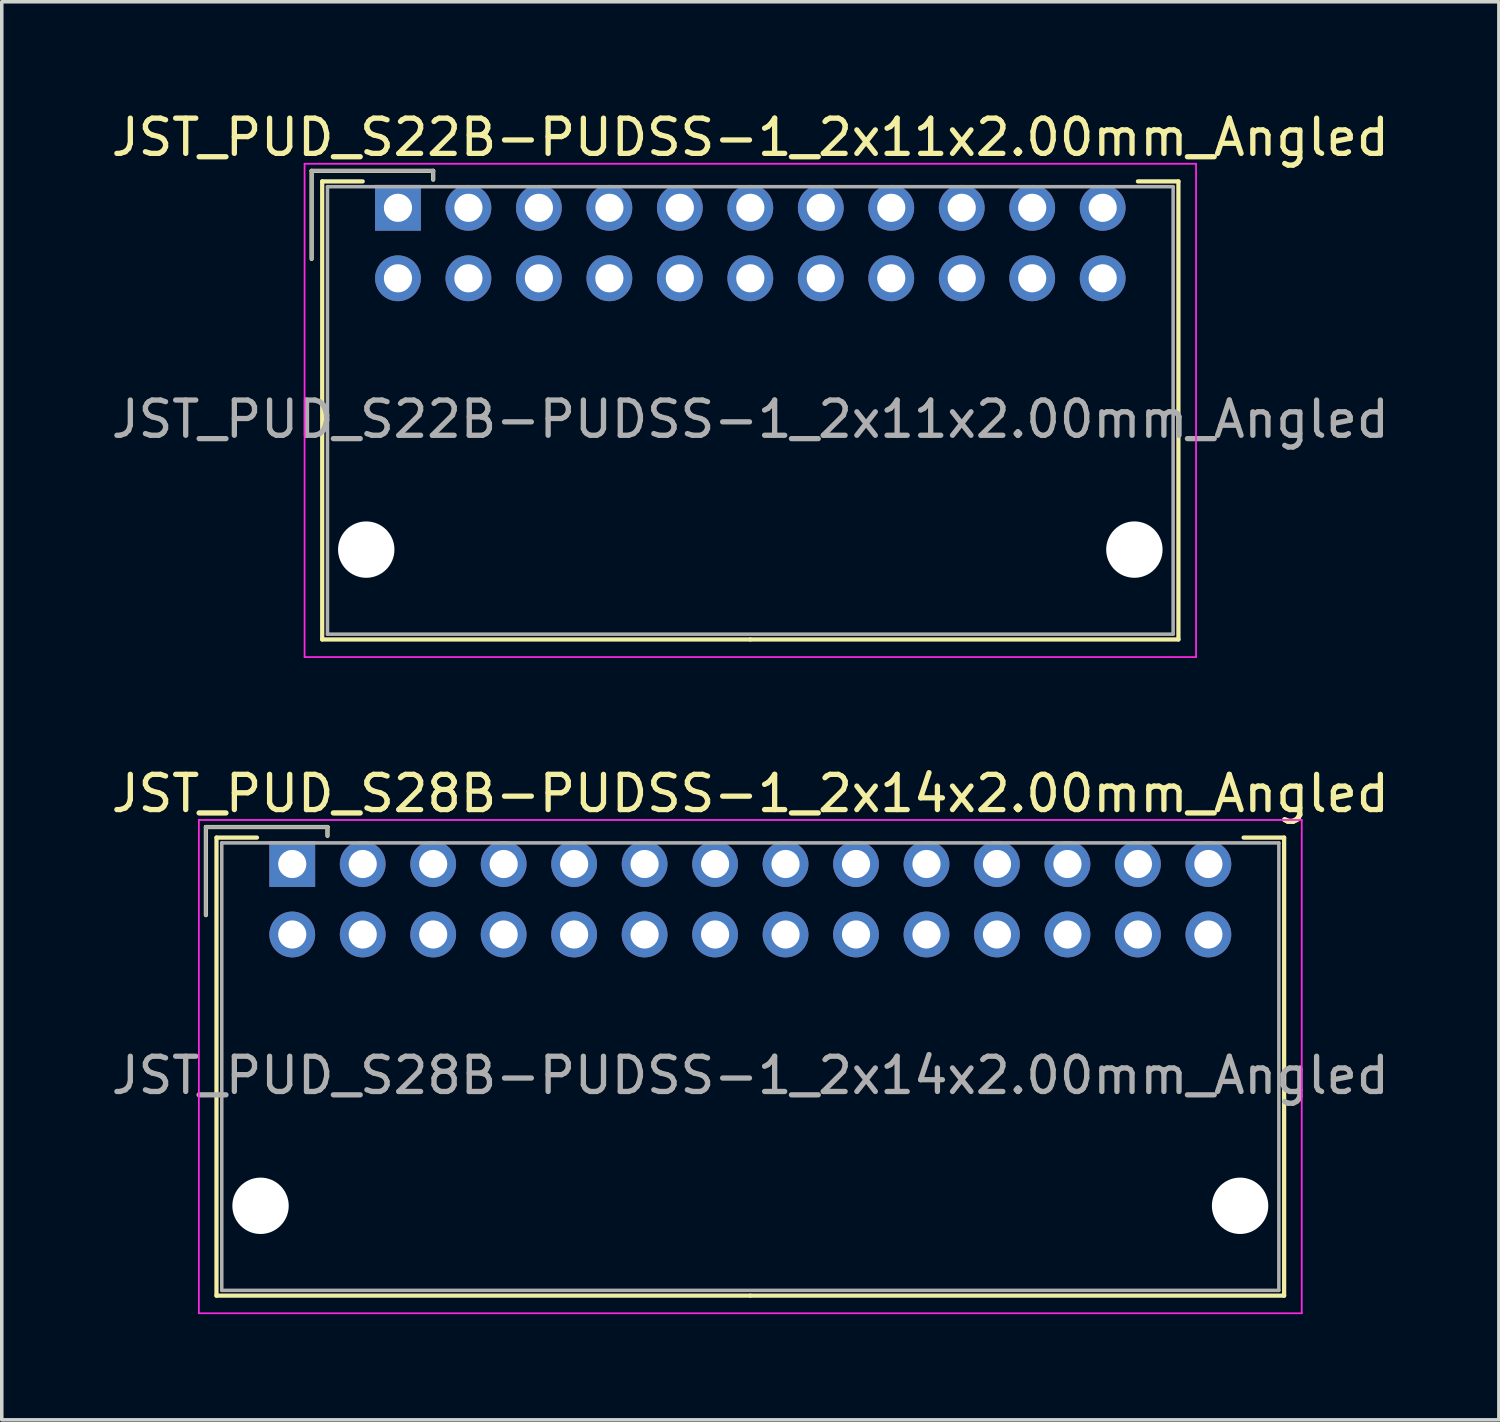
<source format=kicad_pcb>
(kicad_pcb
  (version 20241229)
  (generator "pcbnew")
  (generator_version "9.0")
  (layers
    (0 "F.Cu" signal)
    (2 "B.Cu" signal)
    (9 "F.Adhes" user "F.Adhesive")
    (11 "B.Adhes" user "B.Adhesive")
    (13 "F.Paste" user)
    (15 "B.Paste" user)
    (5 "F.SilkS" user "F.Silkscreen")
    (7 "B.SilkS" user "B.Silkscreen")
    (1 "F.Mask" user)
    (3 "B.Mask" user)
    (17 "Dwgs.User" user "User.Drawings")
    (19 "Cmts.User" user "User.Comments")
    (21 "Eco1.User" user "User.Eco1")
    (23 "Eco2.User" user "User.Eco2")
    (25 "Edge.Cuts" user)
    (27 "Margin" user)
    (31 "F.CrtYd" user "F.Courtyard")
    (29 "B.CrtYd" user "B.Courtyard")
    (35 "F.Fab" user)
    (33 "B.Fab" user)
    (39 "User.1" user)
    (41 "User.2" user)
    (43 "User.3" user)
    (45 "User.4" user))
  (footprint "JST_PUD_S28B-PUDSS-1_2x14x2.00mm_Angled"
    (layer "F.Cu")
    (at 5.244 21.471)
    (property "Reference" "JST_PUD_S28B-PUDSS-1_2x14x2.00mm_Angled" (at 13 -2 0) (layer "F.SilkS") (effects (font (size 1 1) (thickness 0.15))))
    (attr through_hole)
    (fp_line (start -2.45 -1.05) (end -2.45 1.45) (stroke (width 0.12) (type solid)) (layer "F.SilkS"))
    (fp_line (start -2.15 -0.75) (end -2.15 12.25) (stroke (width 0.12) (type solid)) (layer "F.SilkS"))
    (fp_line (start -2.15 12.25) (end 13 12.25) (stroke (width 0.12) (type solid)) (layer "F.SilkS"))
    (fp_line (start -1 -0.75) (end -2.15 -0.75) (stroke (width 0.12) (type solid)) (layer "F.SilkS"))
    (fp_line (start 1 -1.05) (end -2.45 -1.05) (stroke (width 0.12) (type solid)) (layer "F.SilkS"))
    (fp_line (start 1 -0.8) (end 1 -1.05) (stroke (width 0.12) (type solid)) (layer "F.SilkS"))
    (fp_line (start 27 -0.75) (end 28.15 -0.75) (stroke (width 0.12) (type solid)) (layer "F.SilkS"))
    (fp_line (start 28.15 -0.75) (end 28.15 12.25) (stroke (width 0.12) (type solid)) (layer "F.SilkS"))
    (fp_line (start 28.15 12.25) (end 13 12.25) (stroke (width 0.12) (type solid)) (layer "F.SilkS"))
    (fp_line (start -2.65 -1.25) (end -2.65 12.75) (stroke (width 0.05) (type solid)) (layer "F.CrtYd"))
    (fp_line (start -2.65 12.75) (end 28.65 12.75) (stroke (width 0.05) (type solid)) (layer "F.CrtYd"))
    (fp_line (start 28.65 -1.25) (end -2.65 -1.25) (stroke (width 0.05) (type solid)) (layer "F.CrtYd"))
    (fp_line (start 28.65 12.75) (end 28.65 -1.25) (stroke (width 0.05) (type solid)) (layer "F.CrtYd"))
    (fp_line (start -2.45 -1.05) (end -2.45 1.45) (stroke (width 0.1) (type solid)) (layer "F.Fab"))
    (fp_line (start -2 -0.6) (end -2 12.1) (stroke (width 0.1) (type solid)) (layer "F.Fab"))
    (fp_line (start -2 12.1) (end 28 12.1) (stroke (width 0.1) (type solid)) (layer "F.Fab"))
    (fp_line (start 1 -1.05) (end -2.45 -1.05) (stroke (width 0.1) (type solid)) (layer "F.Fab"))
    (fp_line (start 1 -0.8) (end 1 -1.05) (stroke (width 0.1) (type solid)) (layer "F.Fab"))
    (fp_line (start 28 -0.6) (end -2 -0.6) (stroke (width 0.1) (type solid)) (layer "F.Fab"))
    (fp_line (start 28 12.1) (end 28 -0.6) (stroke (width 0.1) (type solid)) (layer "F.Fab"))
    (fp_text user "${REFERENCE}" (at 13 6 0) (layer "F.Fab") (effects (font (size 1 1) (thickness 0.15))))
    (pad "" np_thru_hole circle (at -0.9 9.7) (size 1.6 1.6) (drill 1.6) (layers "*.Cu"))
    (pad "" np_thru_hole circle (at 26.9 9.7) (size 1.6 1.6) (drill 1.6) (layers "*.Cu"))
    (pad "1" thru_hole rect (at 0 0) (size 1.3 1.3) (drill 0.8) (layers "*.Cu" "*.Mask"))
    (pad "2" thru_hole circle (at 0 2) (size 1.3 1.3) (drill 0.8) (layers "*.Cu" "*.Mask"))
    (pad "3" thru_hole circle (at 2 0) (size 1.3 1.3) (drill 0.8) (layers "*.Cu" "*.Mask"))
    (pad "4" thru_hole circle (at 2 2) (size 1.3 1.3) (drill 0.8) (layers "*.Cu" "*.Mask"))
    (pad "5" thru_hole circle (at 4 0) (size 1.3 1.3) (drill 0.8) (layers "*.Cu" "*.Mask"))
    (pad "6" thru_hole circle (at 4 2) (size 1.3 1.3) (drill 0.8) (layers "*.Cu" "*.Mask"))
    (pad "7" thru_hole circle (at 6 0) (size 1.3 1.3) (drill 0.8) (layers "*.Cu" "*.Mask"))
    (pad "8" thru_hole circle (at 6 2) (size 1.3 1.3) (drill 0.8) (layers "*.Cu" "*.Mask"))
    (pad "9" thru_hole circle (at 8 0) (size 1.3 1.3) (drill 0.8) (layers "*.Cu" "*.Mask"))
    (pad "10" thru_hole circle (at 8 2) (size 1.3 1.3) (drill 0.8) (layers "*.Cu" "*.Mask"))
    (pad "11" thru_hole circle (at 10 0) (size 1.3 1.3) (drill 0.8) (layers "*.Cu" "*.Mask"))
    (pad "12" thru_hole circle (at 10 2) (size 1.3 1.3) (drill 0.8) (layers "*.Cu" "*.Mask"))
    (pad "13" thru_hole circle (at 12 0) (size 1.3 1.3) (drill 0.8) (layers "*.Cu" "*.Mask"))
    (pad "14" thru_hole circle (at 12 2) (size 1.3 1.3) (drill 0.8) (layers "*.Cu" "*.Mask"))
    (pad "15" thru_hole circle (at 14 0) (size 1.3 1.3) (drill 0.8) (layers "*.Cu" "*.Mask"))
    (pad "16" thru_hole circle (at 14 2) (size 1.3 1.3) (drill 0.8) (layers "*.Cu" "*.Mask"))
    (pad "17" thru_hole circle (at 16 0) (size 1.3 1.3) (drill 0.8) (layers "*.Cu" "*.Mask"))
    (pad "18" thru_hole circle (at 16 2) (size 1.3 1.3) (drill 0.8) (layers "*.Cu" "*.Mask"))
    (pad "19" thru_hole circle (at 18 0) (size 1.3 1.3) (drill 0.8) (layers "*.Cu" "*.Mask"))
    (pad "20" thru_hole circle (at 18 2) (size 1.3 1.3) (drill 0.8) (layers "*.Cu" "*.Mask"))
    (pad "21" thru_hole circle (at 20 0) (size 1.3 1.3) (drill 0.8) (layers "*.Cu" "*.Mask"))
    (pad "22" thru_hole circle (at 20 2) (size 1.3 1.3) (drill 0.8) (layers "*.Cu" "*.Mask"))
    (pad "23" thru_hole circle (at 22 0) (size 1.3 1.3) (drill 0.8) (layers "*.Cu" "*.Mask"))
    (pad "24" thru_hole circle (at 22 2) (size 1.3 1.3) (drill 0.8) (layers "*.Cu" "*.Mask"))
    (pad "25" thru_hole circle (at 24 0) (size 1.3 1.3) (drill 0.8) (layers "*.Cu" "*.Mask"))
    (pad "26" thru_hole circle (at 24 2) (size 1.3 1.3) (drill 0.8) (layers "*.Cu" "*.Mask"))
    (pad "27" thru_hole circle (at 26 0) (size 1.3 1.3) (drill 0.8) (layers "*.Cu" "*.Mask"))
    (pad "28" thru_hole circle (at 26 2) (size 1.3 1.3) (drill 0.8) (layers "*.Cu" "*.Mask")))
  (footprint "JST_PUD_S22B-PUDSS-1_2x11x2.00mm_Angled"
    (layer "F.Cu")
    (at 8.244 2.848)
    (property "Reference" "JST_PUD_S22B-PUDSS-1_2x11x2.00mm_Angled" (at 10 -2 0) (layer "F.SilkS") (effects (font (size 1 1) (thickness 0.15))))
    (attr through_hole)
    (fp_line (start -2.45 -1.05) (end -2.45 1.45) (stroke (width 0.12) (type solid)) (layer "F.SilkS"))
    (fp_line (start -2.15 -0.75) (end -2.15 12.25) (stroke (width 0.12) (type solid)) (layer "F.SilkS"))
    (fp_line (start -2.15 12.25) (end 10 12.25) (stroke (width 0.12) (type solid)) (layer "F.SilkS"))
    (fp_line (start -1 -0.75) (end -2.15 -0.75) (stroke (width 0.12) (type solid)) (layer "F.SilkS"))
    (fp_line (start 1 -1.05) (end -2.45 -1.05) (stroke (width 0.12) (type solid)) (layer "F.SilkS"))
    (fp_line (start 1 -0.8) (end 1 -1.05) (stroke (width 0.12) (type solid)) (layer "F.SilkS"))
    (fp_line (start 21 -0.75) (end 22.15 -0.75) (stroke (width 0.12) (type solid)) (layer "F.SilkS"))
    (fp_line (start 22.15 -0.75) (end 22.15 12.25) (stroke (width 0.12) (type solid)) (layer "F.SilkS"))
    (fp_line (start 22.15 12.25) (end 10 12.25) (stroke (width 0.12) (type solid)) (layer "F.SilkS"))
    (fp_line (start -2.65 -1.25) (end -2.65 12.75) (stroke (width 0.05) (type solid)) (layer "F.CrtYd"))
    (fp_line (start -2.65 12.75) (end 22.65 12.75) (stroke (width 0.05) (type solid)) (layer "F.CrtYd"))
    (fp_line (start 22.65 -1.25) (end -2.65 -1.25) (stroke (width 0.05) (type solid)) (layer "F.CrtYd"))
    (fp_line (start 22.65 12.75) (end 22.65 -1.25) (stroke (width 0.05) (type solid)) (layer "F.CrtYd"))
    (fp_line (start -2.45 -1.05) (end -2.45 1.45) (stroke (width 0.1) (type solid)) (layer "F.Fab"))
    (fp_line (start -2 -0.6) (end -2 12.1) (stroke (width 0.1) (type solid)) (layer "F.Fab"))
    (fp_line (start -2 12.1) (end 22 12.1) (stroke (width 0.1) (type solid)) (layer "F.Fab"))
    (fp_line (start 1 -1.05) (end -2.45 -1.05) (stroke (width 0.1) (type solid)) (layer "F.Fab"))
    (fp_line (start 1 -0.8) (end 1 -1.05) (stroke (width 0.1) (type solid)) (layer "F.Fab"))
    (fp_line (start 22 -0.6) (end -2 -0.6) (stroke (width 0.1) (type solid)) (layer "F.Fab"))
    (fp_line (start 22 12.1) (end 22 -0.6) (stroke (width 0.1) (type solid)) (layer "F.Fab"))
    (fp_text user "${REFERENCE}" (at 10 6 0) (layer "F.Fab") (effects (font (size 1 1) (thickness 0.15))))
    (pad "" np_thru_hole circle (at -0.9 9.7) (size 1.6 1.6) (drill 1.6) (layers "*.Cu"))
    (pad "" np_thru_hole circle (at 20.9 9.7) (size 1.6 1.6) (drill 1.6) (layers "*.Cu"))
    (pad "1" thru_hole rect (at 0 0) (size 1.3 1.3) (drill 0.8) (layers "*.Cu" "*.Mask"))
    (pad "2" thru_hole circle (at 0 2) (size 1.3 1.3) (drill 0.8) (layers "*.Cu" "*.Mask"))
    (pad "3" thru_hole circle (at 2 0) (size 1.3 1.3) (drill 0.8) (layers "*.Cu" "*.Mask"))
    (pad "4" thru_hole circle (at 2 2) (size 1.3 1.3) (drill 0.8) (layers "*.Cu" "*.Mask"))
    (pad "5" thru_hole circle (at 4 0) (size 1.3 1.3) (drill 0.8) (layers "*.Cu" "*.Mask"))
    (pad "6" thru_hole circle (at 4 2) (size 1.3 1.3) (drill 0.8) (layers "*.Cu" "*.Mask"))
    (pad "7" thru_hole circle (at 6 0) (size 1.3 1.3) (drill 0.8) (layers "*.Cu" "*.Mask"))
    (pad "8" thru_hole circle (at 6 2) (size 1.3 1.3) (drill 0.8) (layers "*.Cu" "*.Mask"))
    (pad "9" thru_hole circle (at 8 0) (size 1.3 1.3) (drill 0.8) (layers "*.Cu" "*.Mask"))
    (pad "10" thru_hole circle (at 8 2) (size 1.3 1.3) (drill 0.8) (layers "*.Cu" "*.Mask"))
    (pad "11" thru_hole circle (at 10 0) (size 1.3 1.3) (drill 0.8) (layers "*.Cu" "*.Mask"))
    (pad "12" thru_hole circle (at 10 2) (size 1.3 1.3) (drill 0.8) (layers "*.Cu" "*.Mask"))
    (pad "13" thru_hole circle (at 12 0) (size 1.3 1.3) (drill 0.8) (layers "*.Cu" "*.Mask"))
    (pad "14" thru_hole circle (at 12 2) (size 1.3 1.3) (drill 0.8) (layers "*.Cu" "*.Mask"))
    (pad "15" thru_hole circle (at 14 0) (size 1.3 1.3) (drill 0.8) (layers "*.Cu" "*.Mask"))
    (pad "16" thru_hole circle (at 14 2) (size 1.3 1.3) (drill 0.8) (layers "*.Cu" "*.Mask"))
    (pad "17" thru_hole circle (at 16 0) (size 1.3 1.3) (drill 0.8) (layers "*.Cu" "*.Mask"))
    (pad "18" thru_hole circle (at 16 2) (size 1.3 1.3) (drill 0.8) (layers "*.Cu" "*.Mask"))
    (pad "19" thru_hole circle (at 18 0) (size 1.3 1.3) (drill 0.8) (layers "*.Cu" "*.Mask"))
    (pad "20" thru_hole circle (at 18 2) (size 1.3 1.3) (drill 0.8) (layers "*.Cu" "*.Mask"))
    (pad "21" thru_hole circle (at 20 0) (size 1.3 1.3) (drill 0.8) (layers "*.Cu" "*.Mask"))
    (pad "22" thru_hole circle (at 20 2) (size 1.3 1.3) (drill 0.8) (layers "*.Cu" "*.Mask")))
  (gr_rect
    (start -3 -3)
    (end 39.488 37.246)
    (stroke (width 0.1) (type default))
    (fill no)
    (layer "Edge.Cuts")))
</source>
